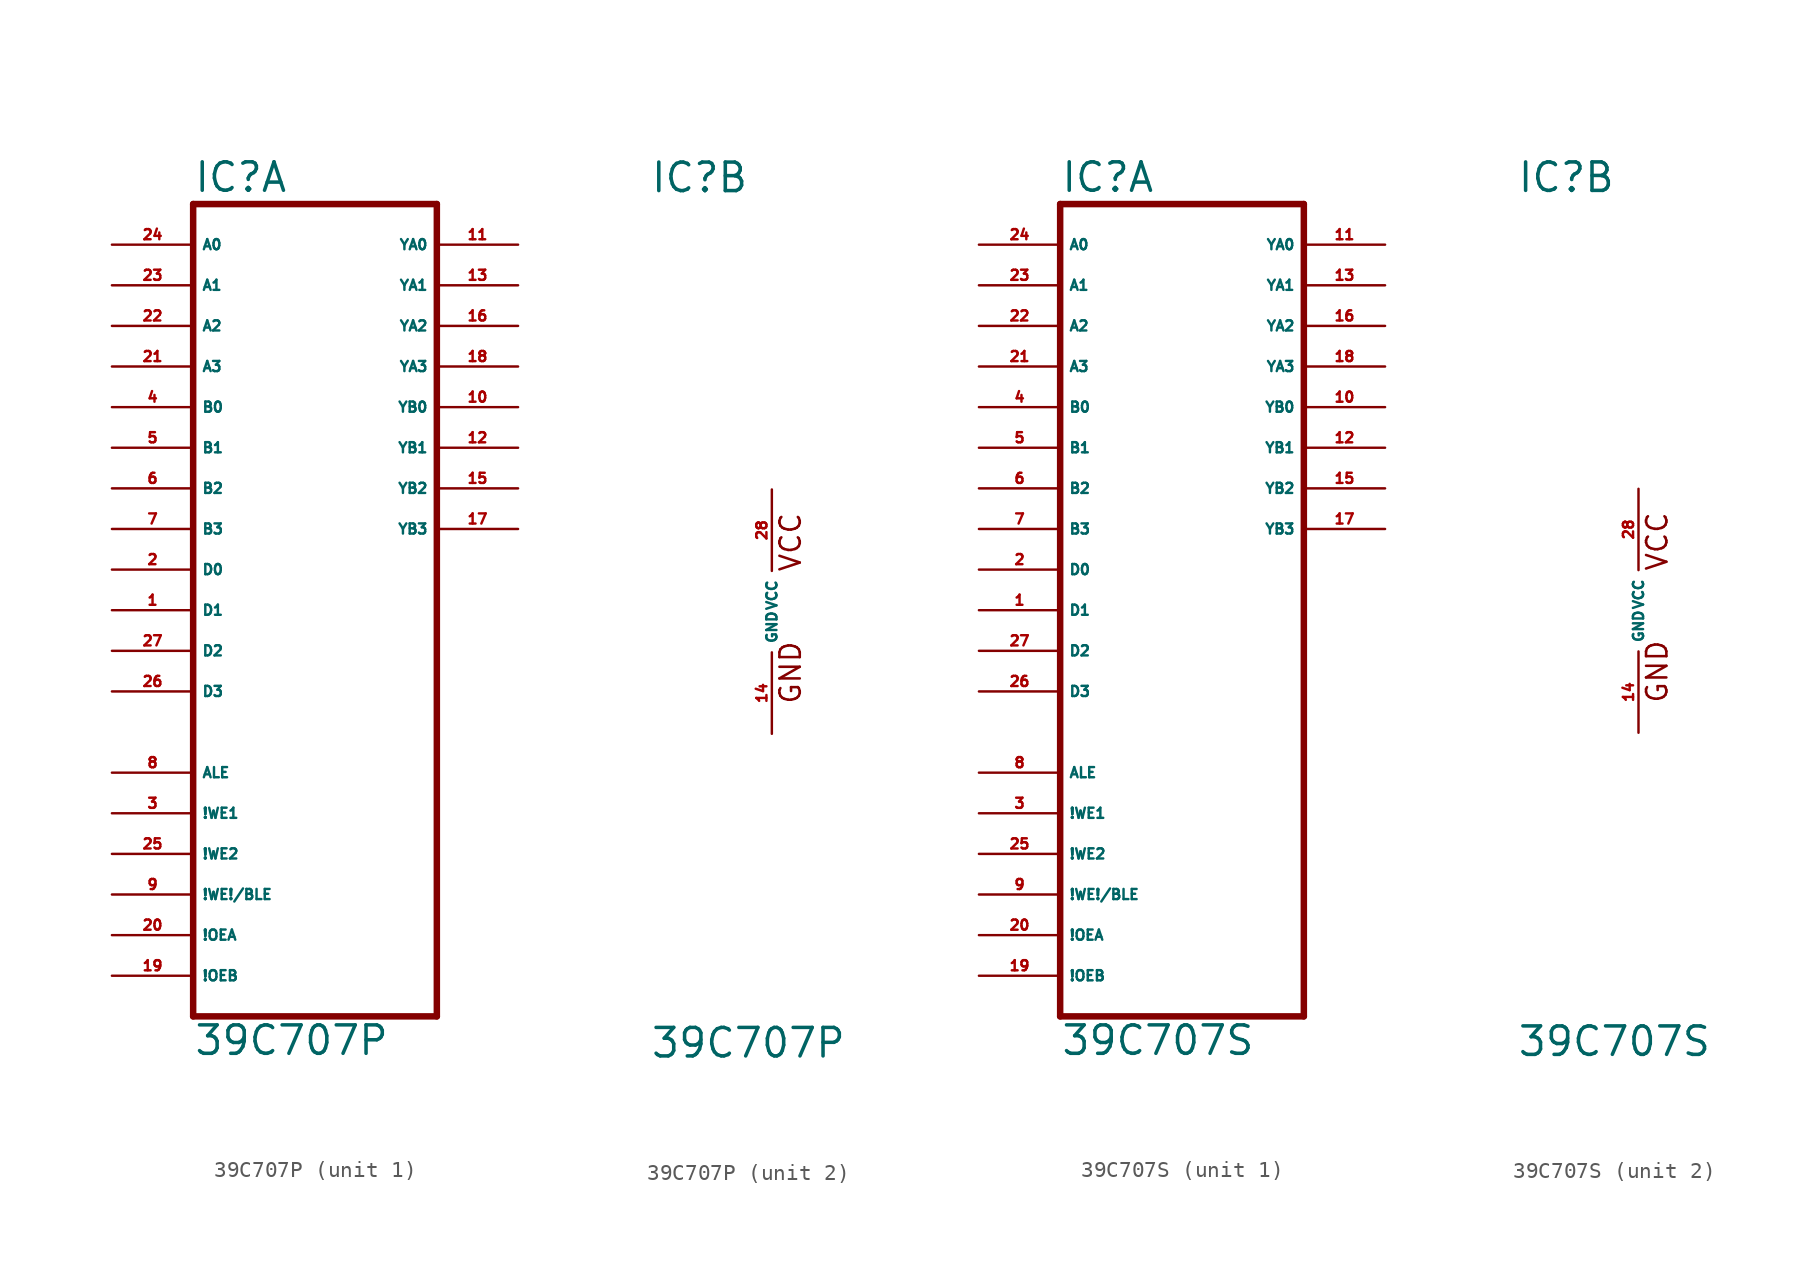
<source format=kicad_sym>
(kicad_symbol_lib
  (version 20220914)
  (generator Eagle2Kicad)
  (symbol "39C707P"
    (property "Reference" "IC"
      (at -7.62 26.035 0)
      (effects (font (size 1.778 1.778) (thickness 0.22)) (justify left bottom)))
    (property "Value" "39C707P"
      (at -7.62 -27.94 0)
      (effects (font (size 1.778 1.778) (thickness 0.22)) (justify left bottom)))
    (symbol "39C707P_1_0"
      (polyline (pts (xy -7.62 -25.4) (xy 7.62 -25.4)) (stroke (width 0.406) (type default)) (fill (type none)))
      (polyline (pts (xy 7.62 -25.4) (xy 7.62 25.4)) (stroke (width 0.406) (type default)) (fill (type none)))
      (polyline (pts (xy 7.62 25.4) (xy -7.62 25.4)) (stroke (width 0.406) (type default)) (fill (type none)))
      (polyline (pts (xy -7.62 25.4) (xy -7.62 -25.4)) (stroke (width 0.406) (type default)) (fill (type none)))
      (pin input line (at -12.7 22.86 0) (length 5.08) (name "A0" (effects (font (size 0.635 0.635) (thickness 0.08)) (justify left bottom))) (number "24" (effects (font (size 0.635 0.635) (thickness 0.08)) (justify left bottom))))
      (pin input line (at -12.7 20.32 0) (length 5.08) (name "A1" (effects (font (size 0.635 0.635) (thickness 0.08)) (justify left bottom))) (number "23" (effects (font (size 0.635 0.635) (thickness 0.08)) (justify left bottom))))
      (pin input line (at -12.7 17.78 0) (length 5.08) (name "A2" (effects (font (size 0.635 0.635) (thickness 0.08)) (justify left bottom))) (number "22" (effects (font (size 0.635 0.635) (thickness 0.08)) (justify left bottom))))
      (pin input line (at -12.7 15.24 0) (length 5.08) (name "A3" (effects (font (size 0.635 0.635) (thickness 0.08)) (justify left bottom))) (number "21" (effects (font (size 0.635 0.635) (thickness 0.08)) (justify left bottom))))
      (pin input line (at -12.7 12.7 0) (length 5.08) (name "B0" (effects (font (size 0.635 0.635) (thickness 0.08)) (justify left bottom))) (number "4" (effects (font (size 0.635 0.635) (thickness 0.08)) (justify left bottom))))
      (pin input line (at -12.7 10.16 0) (length 5.08) (name "B1" (effects (font (size 0.635 0.635) (thickness 0.08)) (justify left bottom))) (number "5" (effects (font (size 0.635 0.635) (thickness 0.08)) (justify left bottom))))
      (pin input line (at -12.7 7.62 0) (length 5.08) (name "B2" (effects (font (size 0.635 0.635) (thickness 0.08)) (justify left bottom))) (number "6" (effects (font (size 0.635 0.635) (thickness 0.08)) (justify left bottom))))
      (pin input line (at -12.7 5.08 0) (length 5.08) (name "B3" (effects (font (size 0.635 0.635) (thickness 0.08)) (justify left bottom))) (number "7" (effects (font (size 0.635 0.635) (thickness 0.08)) (justify left bottom))))
      (pin input line (at -12.7 2.54 0) (length 5.08) (name "D0" (effects (font (size 0.635 0.635) (thickness 0.08)) (justify left bottom))) (number "2" (effects (font (size 0.635 0.635) (thickness 0.08)) (justify left bottom))))
      (pin input line (at -12.7 0 0) (length 5.08) (name "D1" (effects (font (size 0.635 0.635) (thickness 0.08)) (justify left bottom))) (number "1" (effects (font (size 0.635 0.635) (thickness 0.08)) (justify left bottom))))
      (pin input line (at -12.7 -2.54 0) (length 5.08) (name "D2" (effects (font (size 0.635 0.635) (thickness 0.08)) (justify left bottom))) (number "27" (effects (font (size 0.635 0.635) (thickness 0.08)) (justify left bottom))))
      (pin input line (at -12.7 -5.08 0) (length 5.08) (name "D3" (effects (font (size 0.635 0.635) (thickness 0.08)) (justify left bottom))) (number "26" (effects (font (size 0.635 0.635) (thickness 0.08)) (justify left bottom))))
      (pin input line (at -12.7 -10.16 0) (length 5.08) (name "ALE" (effects (font (size 0.635 0.635) (thickness 0.08)) (justify left bottom))) (number "8" (effects (font (size 0.635 0.635) (thickness 0.08)) (justify left bottom))))
      (pin input line (at -12.7 -12.7 0) (length 5.08) (name "!WE1" (effects (font (size 0.635 0.635) (thickness 0.08)) (justify left bottom))) (number "3" (effects (font (size 0.635 0.635) (thickness 0.08)) (justify left bottom))))
      (pin input line (at -12.7 -15.24 0) (length 5.08) (name "!WE2" (effects (font (size 0.635 0.635) (thickness 0.08)) (justify left bottom))) (number "25" (effects (font (size 0.635 0.635) (thickness 0.08)) (justify left bottom))))
      (pin input line (at -12.7 -17.78 0) (length 5.08) (name "!WE!/BLE" (effects (font (size 0.635 0.635) (thickness 0.08)) (justify left bottom))) (number "9" (effects (font (size 0.635 0.635) (thickness 0.08)) (justify left bottom))))
      (pin input line (at -12.7 -20.32 0) (length 5.08) (name "!OEA" (effects (font (size 0.635 0.635) (thickness 0.08)) (justify left bottom))) (number "20" (effects (font (size 0.635 0.635) (thickness 0.08)) (justify left bottom))))
      (pin input line (at -12.7 -22.86 0) (length 5.08) (name "!OEB" (effects (font (size 0.635 0.635) (thickness 0.08)) (justify left bottom))) (number "19" (effects (font (size 0.635 0.635) (thickness 0.08)) (justify left bottom))))
      (pin output line (at 12.7 22.86 180) (length 5.08) (name "YA0" (effects (font (size 0.635 0.635) (thickness 0.08)) (justify left bottom))) (number "11" (effects (font (size 0.635 0.635) (thickness 0.08)) (justify left bottom))))
      (pin output line (at 12.7 20.32 180) (length 5.08) (name "YA1" (effects (font (size 0.635 0.635) (thickness 0.08)) (justify left bottom))) (number "13" (effects (font (size 0.635 0.635) (thickness 0.08)) (justify left bottom))))
      (pin output line (at 12.7 17.78 180) (length 5.08) (name "YA2" (effects (font (size 0.635 0.635) (thickness 0.08)) (justify left bottom))) (number "16" (effects (font (size 0.635 0.635) (thickness 0.08)) (justify left bottom))))
      (pin output line (at 12.7 15.24 180) (length 5.08) (name "YA3" (effects (font (size 0.635 0.635) (thickness 0.08)) (justify left bottom))) (number "18" (effects (font (size 0.635 0.635) (thickness 0.08)) (justify left bottom))))
      (pin output line (at 12.7 12.7 180) (length 5.08) (name "YB0" (effects (font (size 0.635 0.635) (thickness 0.08)) (justify left bottom))) (number "10" (effects (font (size 0.635 0.635) (thickness 0.08)) (justify left bottom))))
      (pin output line (at 12.7 10.16 180) (length 5.08) (name "YB1" (effects (font (size 0.635 0.635) (thickness 0.08)) (justify left bottom))) (number "12" (effects (font (size 0.635 0.635) (thickness 0.08)) (justify left bottom))))
      (pin output line (at 12.7 7.62 180) (length 5.08) (name "YB2" (effects (font (size 0.635 0.635) (thickness 0.08)) (justify left bottom))) (number "15" (effects (font (size 0.635 0.635) (thickness 0.08)) (justify left bottom))))
      (pin output line (at 12.7 5.08 180) (length 5.08) (name "YB3" (effects (font (size 0.635 0.635) (thickness 0.08)) (justify left bottom))) (number "17" (effects (font (size 0.635 0.635) (thickness 0.08)) (justify left bottom)))))
    (symbol "39C707P_2_0"
      (text "GND" (at 1.905 -5.842 900) (effects (font (size 1.27 1.27) (thickness 0.16)) (justify left bottom)))
      (text "VCC" (at 1.905 2.413 900) (effects (font (size 1.27 1.27) (thickness 0.16)) (justify left bottom)))
      (pin unspecified line (at 0 7.62 270) (length 5.08) (name "VCC" (effects (font (size 0.635 0.635) (thickness 0.08)) (justify left bottom))) (number "28" (effects (font (size 0.635 0.635) (thickness 0.08)) (justify left bottom))))
      (pin unspecified line (at 0 -7.62 90) (length 5.08) (name "GND" (effects (font (size 0.635 0.635) (thickness 0.08)) (justify left bottom))) (number "14" (effects (font (size 0.635 0.635) (thickness 0.08)) (justify left bottom))))))
  (symbol "39C707S"
    (property "Reference" "IC"
      (at -7.62 26.035 0)
      (effects (font (size 1.778 1.778) (thickness 0.22)) (justify left bottom)))
    (property "Value" "39C707S"
      (at -7.62 -27.94 0)
      (effects (font (size 1.778 1.778) (thickness 0.22)) (justify left bottom)))
    (symbol "39C707S_1_0"
      (polyline (pts (xy -7.62 -25.4) (xy 7.62 -25.4)) (stroke (width 0.406) (type default)) (fill (type none)))
      (polyline (pts (xy 7.62 -25.4) (xy 7.62 25.4)) (stroke (width 0.406) (type default)) (fill (type none)))
      (polyline (pts (xy 7.62 25.4) (xy -7.62 25.4)) (stroke (width 0.406) (type default)) (fill (type none)))
      (polyline (pts (xy -7.62 25.4) (xy -7.62 -25.4)) (stroke (width 0.406) (type default)) (fill (type none)))
      (pin input line (at -12.7 22.86 0) (length 5.08) (name "A0" (effects (font (size 0.635 0.635) (thickness 0.08)) (justify left bottom))) (number "24" (effects (font (size 0.635 0.635) (thickness 0.08)) (justify left bottom))))
      (pin input line (at -12.7 20.32 0) (length 5.08) (name "A1" (effects (font (size 0.635 0.635) (thickness 0.08)) (justify left bottom))) (number "23" (effects (font (size 0.635 0.635) (thickness 0.08)) (justify left bottom))))
      (pin input line (at -12.7 17.78 0) (length 5.08) (name "A2" (effects (font (size 0.635 0.635) (thickness 0.08)) (justify left bottom))) (number "22" (effects (font (size 0.635 0.635) (thickness 0.08)) (justify left bottom))))
      (pin input line (at -12.7 15.24 0) (length 5.08) (name "A3" (effects (font (size 0.635 0.635) (thickness 0.08)) (justify left bottom))) (number "21" (effects (font (size 0.635 0.635) (thickness 0.08)) (justify left bottom))))
      (pin input line (at -12.7 12.7 0) (length 5.08) (name "B0" (effects (font (size 0.635 0.635) (thickness 0.08)) (justify left bottom))) (number "4" (effects (font (size 0.635 0.635) (thickness 0.08)) (justify left bottom))))
      (pin input line (at -12.7 10.16 0) (length 5.08) (name "B1" (effects (font (size 0.635 0.635) (thickness 0.08)) (justify left bottom))) (number "5" (effects (font (size 0.635 0.635) (thickness 0.08)) (justify left bottom))))
      (pin input line (at -12.7 7.62 0) (length 5.08) (name "B2" (effects (font (size 0.635 0.635) (thickness 0.08)) (justify left bottom))) (number "6" (effects (font (size 0.635 0.635) (thickness 0.08)) (justify left bottom))))
      (pin input line (at -12.7 5.08 0) (length 5.08) (name "B3" (effects (font (size 0.635 0.635) (thickness 0.08)) (justify left bottom))) (number "7" (effects (font (size 0.635 0.635) (thickness 0.08)) (justify left bottom))))
      (pin input line (at -12.7 2.54 0) (length 5.08) (name "D0" (effects (font (size 0.635 0.635) (thickness 0.08)) (justify left bottom))) (number "2" (effects (font (size 0.635 0.635) (thickness 0.08)) (justify left bottom))))
      (pin input line (at -12.7 0 0) (length 5.08) (name "D1" (effects (font (size 0.635 0.635) (thickness 0.08)) (justify left bottom))) (number "1" (effects (font (size 0.635 0.635) (thickness 0.08)) (justify left bottom))))
      (pin input line (at -12.7 -2.54 0) (length 5.08) (name "D2" (effects (font (size 0.635 0.635) (thickness 0.08)) (justify left bottom))) (number "27" (effects (font (size 0.635 0.635) (thickness 0.08)) (justify left bottom))))
      (pin input line (at -12.7 -5.08 0) (length 5.08) (name "D3" (effects (font (size 0.635 0.635) (thickness 0.08)) (justify left bottom))) (number "26" (effects (font (size 0.635 0.635) (thickness 0.08)) (justify left bottom))))
      (pin input line (at -12.7 -10.16 0) (length 5.08) (name "ALE" (effects (font (size 0.635 0.635) (thickness 0.08)) (justify left bottom))) (number "8" (effects (font (size 0.635 0.635) (thickness 0.08)) (justify left bottom))))
      (pin input line (at -12.7 -12.7 0) (length 5.08) (name "!WE1" (effects (font (size 0.635 0.635) (thickness 0.08)) (justify left bottom))) (number "3" (effects (font (size 0.635 0.635) (thickness 0.08)) (justify left bottom))))
      (pin input line (at -12.7 -15.24 0) (length 5.08) (name "!WE2" (effects (font (size 0.635 0.635) (thickness 0.08)) (justify left bottom))) (number "25" (effects (font (size 0.635 0.635) (thickness 0.08)) (justify left bottom))))
      (pin input line (at -12.7 -17.78 0) (length 5.08) (name "!WE!/BLE" (effects (font (size 0.635 0.635) (thickness 0.08)) (justify left bottom))) (number "9" (effects (font (size 0.635 0.635) (thickness 0.08)) (justify left bottom))))
      (pin input line (at -12.7 -20.32 0) (length 5.08) (name "!OEA" (effects (font (size 0.635 0.635) (thickness 0.08)) (justify left bottom))) (number "20" (effects (font (size 0.635 0.635) (thickness 0.08)) (justify left bottom))))
      (pin input line (at -12.7 -22.86 0) (length 5.08) (name "!OEB" (effects (font (size 0.635 0.635) (thickness 0.08)) (justify left bottom))) (number "19" (effects (font (size 0.635 0.635) (thickness 0.08)) (justify left bottom))))
      (pin output line (at 12.7 22.86 180) (length 5.08) (name "YA0" (effects (font (size 0.635 0.635) (thickness 0.08)) (justify left bottom))) (number "11" (effects (font (size 0.635 0.635) (thickness 0.08)) (justify left bottom))))
      (pin output line (at 12.7 20.32 180) (length 5.08) (name "YA1" (effects (font (size 0.635 0.635) (thickness 0.08)) (justify left bottom))) (number "13" (effects (font (size 0.635 0.635) (thickness 0.08)) (justify left bottom))))
      (pin output line (at 12.7 17.78 180) (length 5.08) (name "YA2" (effects (font (size 0.635 0.635) (thickness 0.08)) (justify left bottom))) (number "16" (effects (font (size 0.635 0.635) (thickness 0.08)) (justify left bottom))))
      (pin output line (at 12.7 15.24 180) (length 5.08) (name "YA3" (effects (font (size 0.635 0.635) (thickness 0.08)) (justify left bottom))) (number "18" (effects (font (size 0.635 0.635) (thickness 0.08)) (justify left bottom))))
      (pin output line (at 12.7 12.7 180) (length 5.08) (name "YB0" (effects (font (size 0.635 0.635) (thickness 0.08)) (justify left bottom))) (number "10" (effects (font (size 0.635 0.635) (thickness 0.08)) (justify left bottom))))
      (pin output line (at 12.7 10.16 180) (length 5.08) (name "YB1" (effects (font (size 0.635 0.635) (thickness 0.08)) (justify left bottom))) (number "12" (effects (font (size 0.635 0.635) (thickness 0.08)) (justify left bottom))))
      (pin output line (at 12.7 7.62 180) (length 5.08) (name "YB2" (effects (font (size 0.635 0.635) (thickness 0.08)) (justify left bottom))) (number "15" (effects (font (size 0.635 0.635) (thickness 0.08)) (justify left bottom))))
      (pin output line (at 12.7 5.08 180) (length 5.08) (name "YB3" (effects (font (size 0.635 0.635) (thickness 0.08)) (justify left bottom))) (number "17" (effects (font (size 0.635 0.635) (thickness 0.08)) (justify left bottom)))))
    (symbol "39C707S_2_0"
      (text "GND" (at 1.905 -5.842 900) (effects (font (size 1.27 1.27) (thickness 0.16)) (justify left bottom)))
      (text "VCC" (at 1.905 2.413 900) (effects (font (size 1.27 1.27) (thickness 0.16)) (justify left bottom)))
      (pin unspecified line (at 0 7.62 270) (length 5.08) (name "VCC" (effects (font (size 0.635 0.635) (thickness 0.08)) (justify left bottom))) (number "28" (effects (font (size 0.635 0.635) (thickness 0.08)) (justify left bottom))))
      (pin unspecified line (at 0 -7.62 90) (length 5.08) (name "GND" (effects (font (size 0.635 0.635) (thickness 0.08)) (justify left bottom))) (number "14" (effects (font (size 0.635 0.635) (thickness 0.08)) (justify left bottom)))))))
</source>
